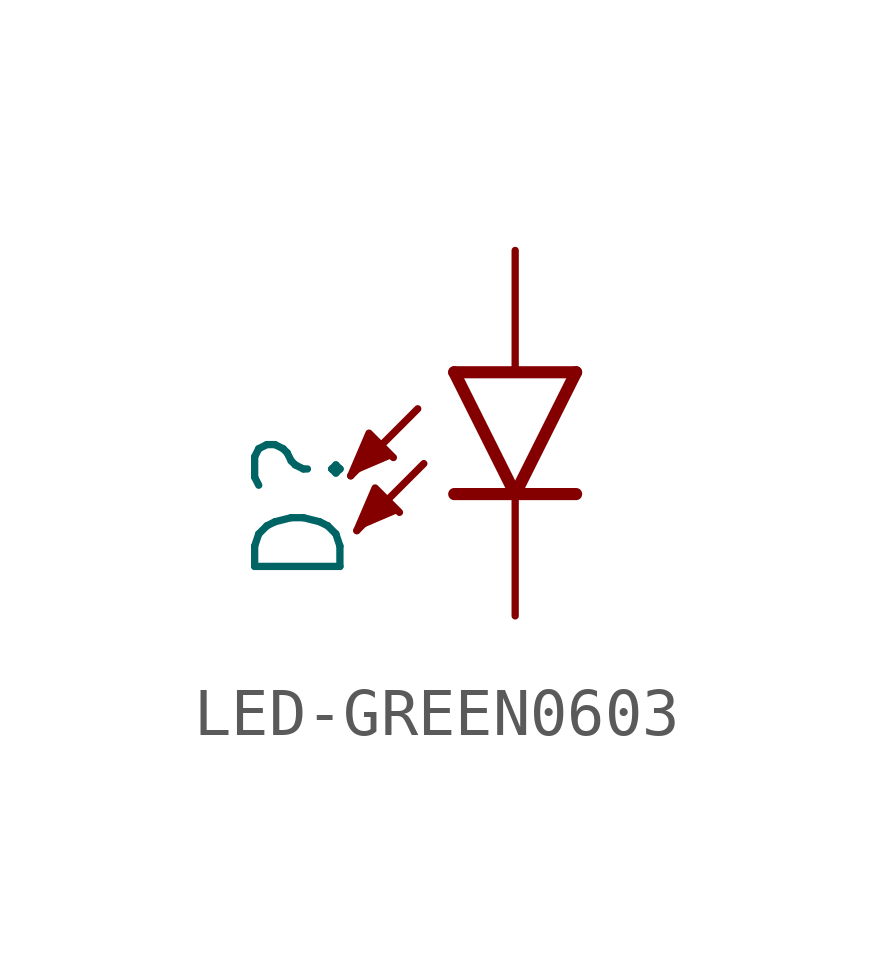
<source format=kicad_sym>
(kicad_symbol_lib
  (version 20220914)
  (generator kicad_symbol_editor)
  (symbol "LED-GREEN0603"
    (property "Reference" "D"
      (at -3.429 -4.572 90)
      (effects (font (size 1.778 1.778)) (justify left bottom)))
    (property "Value" ""
      (at 1.905 -4.572 90)
      (effects (font (size 1.778 1.778)) (justify left top)))
    (property "ki_locked" ""
      (at 0 0 0)
      (effects (font (size 1.27 1.27))))
    (symbol "LED-GREEN0603_1_0"
      (polyline (pts (xy -2.032 -0.762) (xy -3.429 -2.159)) (stroke (width 0.152) (type solid)) (fill (type none)))
      (polyline (pts (xy -1.905 -1.905) (xy -3.302 -3.302)) (stroke (width 0.152) (type solid)) (fill (type none)))
      (polyline (pts (xy 0 -2.54) (xy -1.27 -2.54)) (stroke (width 0.254) (type solid)) (fill (type none)))
      (polyline (pts (xy 0 -2.54) (xy -1.27 0)) (stroke (width 0.254) (type solid)) (fill (type none)))
      (polyline (pts (xy 1.27 -2.54) (xy 0 -2.54)) (stroke (width 0.254) (type solid)) (fill (type none)))
      (polyline (pts (xy 1.27 0) (xy -1.27 0)) (stroke (width 0.254) (type solid)) (fill (type none)))
      (polyline (pts (xy 1.27 0) (xy 0 -2.54)) (stroke (width 0.254) (type solid)) (fill (type none)))
      (polyline (pts (xy -3.429 -2.159) (xy -3.048 -1.27) (xy -2.54 -1.778)) (stroke (width 0.152) (type solid)) (fill (type outline)))
      (polyline (pts (xy -3.302 -3.302) (xy -2.921 -2.413) (xy -2.413 -2.921)) (stroke (width 0.152) (type solid)) (fill (type outline)))
      (pin passive line (at 0 2.54 270) (length 2.54) (name "A" (effects (font (size 0 0)))) (number "A" (effects (font (size 0 0)))))
      (pin passive line (at 0 -5.08 90) (length 2.54) (name "C" (effects (font (size 0 0)))) (number "C" (effects (font (size 0 0))))))))
</source>
